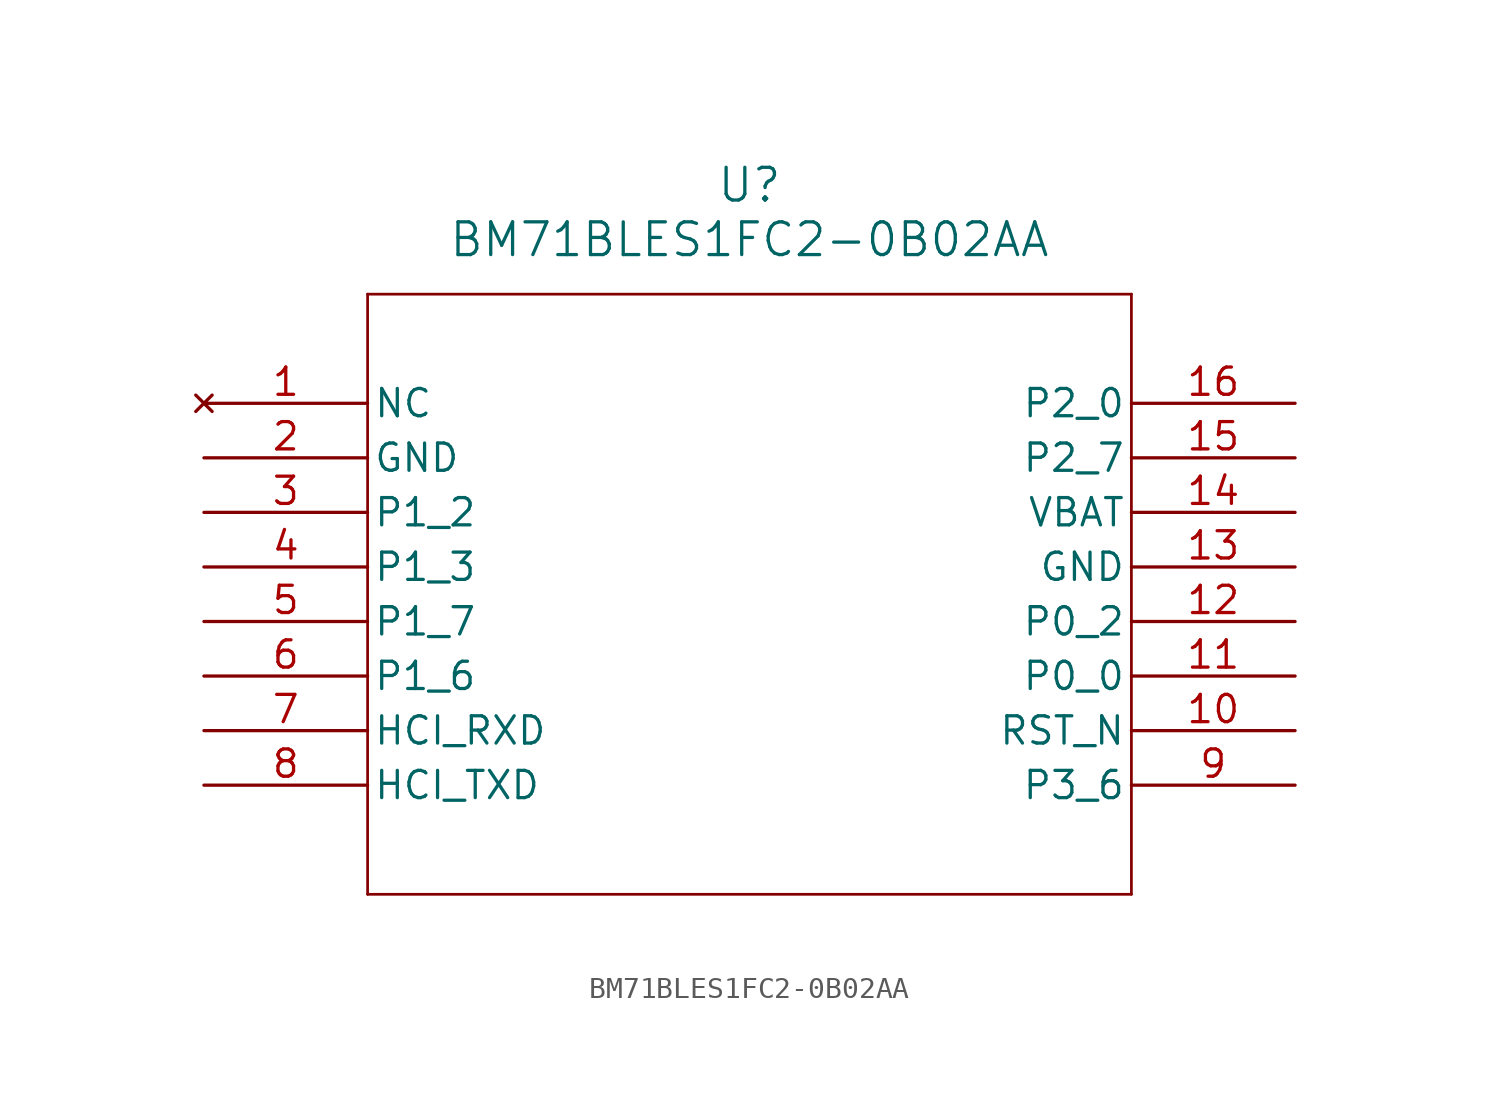
<source format=kicad_sym>
(kicad_symbol_lib
  (version 20231120)
  (generator "kicad_symbol_editor")
  (generator_version "8.0")
  (symbol "BM71BLES1FC2-0B02AA"
    (pin_names
      (offset 0.254))
    (property "Reference" "U"
      (at 25.4 10.16 0)
      (effects (font (size 1.524 1.524))))
    (property "Value" "BM71BLES1FC2-0B02AA"
      (at 25.4 7.62 0)
      (effects (font (size 1.524 1.524))))
    (symbol "BM71BLES1FC2-0B02AA_0_1"
      (polyline (pts (xy 7.62 -22.86) (xy 43.18 -22.86)) (stroke (width 0.127) (type default)) (fill (type none)))
      (polyline (pts (xy 7.62 5.08) (xy 7.62 -22.86)) (stroke (width 0.127) (type default)) (fill (type none)))
      (polyline (pts (xy 43.18 -22.86) (xy 43.18 5.08)) (stroke (width 0.127) (type default)) (fill (type none)))
      (polyline (pts (xy 43.18 5.08) (xy 7.62 5.08)) (stroke (width 0.127) (type default)) (fill (type none)))
      (pin no_connect line (at 0 0 0) (length 7.62) (name "NC" (effects (font (size 1.27 1.27)))) (number "1" (effects (font (size 1.27 1.27)))))
      (pin input line (at 50.8 -15.24 180) (length 7.62) (name "RST_N" (effects (font (size 1.27 1.27)))) (number "10" (effects (font (size 1.27 1.27)))))
      (pin bidirectional line (at 50.8 -12.7 180) (length 7.62) (name "P0_0" (effects (font (size 1.27 1.27)))) (number "11" (effects (font (size 1.27 1.27)))))
      (pin bidirectional line (at 50.8 -10.16 180) (length 7.62) (name "P0_2" (effects (font (size 1.27 1.27)))) (number "12" (effects (font (size 1.27 1.27)))))
      (pin power_out line (at 50.8 -7.62 180) (length 7.62) (name "GND" (effects (font (size 1.27 1.27)))) (number "13" (effects (font (size 1.27 1.27)))))
      (pin power_in line (at 50.8 -5.08 180) (length 7.62) (name "VBAT" (effects (font (size 1.27 1.27)))) (number "14" (effects (font (size 1.27 1.27)))))
      (pin bidirectional line (at 50.8 -2.54 180) (length 7.62) (name "P2_7" (effects (font (size 1.27 1.27)))) (number "15" (effects (font (size 1.27 1.27)))))
      (pin input line (at 50.8 0 180) (length 7.62) (name "P2_0" (effects (font (size 1.27 1.27)))) (number "16" (effects (font (size 1.27 1.27)))))
      (pin power_out line (at 0 -2.54 0) (length 7.62) (name "GND" (effects (font (size 1.27 1.27)))) (number "2" (effects (font (size 1.27 1.27)))))
      (pin bidirectional line (at 0 -5.08 0) (length 7.62) (name "P1_2" (effects (font (size 1.27 1.27)))) (number "3" (effects (font (size 1.27 1.27)))))
      (pin bidirectional line (at 0 -7.62 0) (length 7.62) (name "P1_3" (effects (font (size 1.27 1.27)))) (number "4" (effects (font (size 1.27 1.27)))))
      (pin bidirectional line (at 0 -10.16 0) (length 7.62) (name "P1_7" (effects (font (size 1.27 1.27)))) (number "5" (effects (font (size 1.27 1.27)))))
      (pin bidirectional line (at 0 -12.7 0) (length 7.62) (name "P1_6" (effects (font (size 1.27 1.27)))) (number "6" (effects (font (size 1.27 1.27)))))
      (pin input line (at 0 -15.24 0) (length 7.62) (name "HCI_RXD" (effects (font (size 1.27 1.27)))) (number "7" (effects (font (size 1.27 1.27)))))
      (pin output line (at 0 -17.78 0) (length 7.62) (name "HCI_TXD" (effects (font (size 1.27 1.27)))) (number "8" (effects (font (size 1.27 1.27)))))
      (pin bidirectional line (at 50.8 -17.78 180) (length 7.62) (name "P3_6" (effects (font (size 1.27 1.27)))) (number "9" (effects (font (size 1.27 1.27))))))))
</source>
